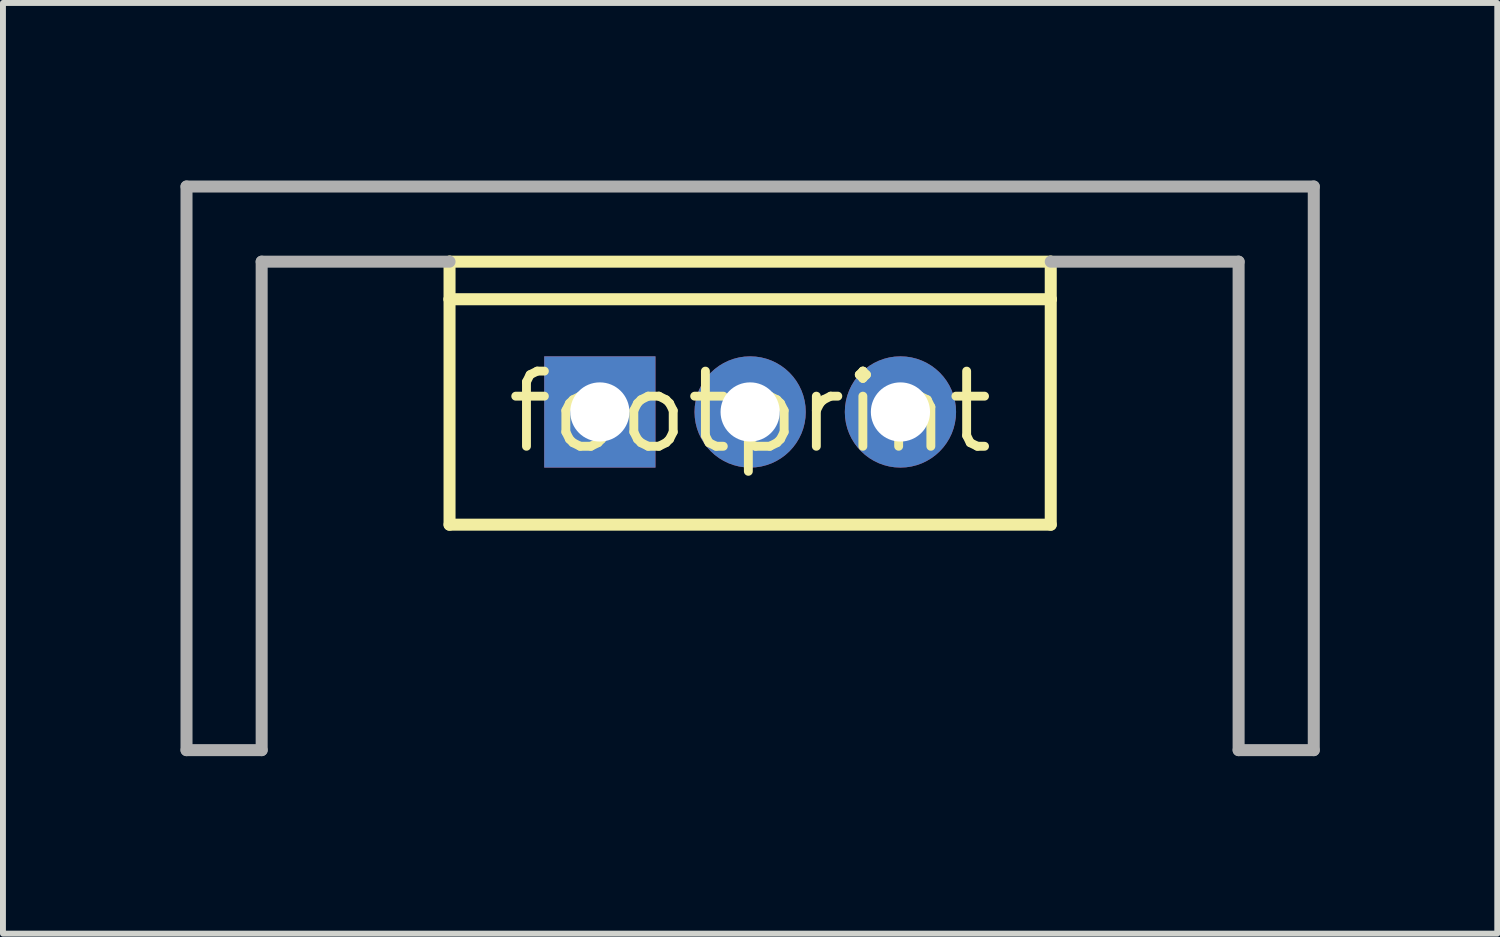
<source format=kicad_pcb>
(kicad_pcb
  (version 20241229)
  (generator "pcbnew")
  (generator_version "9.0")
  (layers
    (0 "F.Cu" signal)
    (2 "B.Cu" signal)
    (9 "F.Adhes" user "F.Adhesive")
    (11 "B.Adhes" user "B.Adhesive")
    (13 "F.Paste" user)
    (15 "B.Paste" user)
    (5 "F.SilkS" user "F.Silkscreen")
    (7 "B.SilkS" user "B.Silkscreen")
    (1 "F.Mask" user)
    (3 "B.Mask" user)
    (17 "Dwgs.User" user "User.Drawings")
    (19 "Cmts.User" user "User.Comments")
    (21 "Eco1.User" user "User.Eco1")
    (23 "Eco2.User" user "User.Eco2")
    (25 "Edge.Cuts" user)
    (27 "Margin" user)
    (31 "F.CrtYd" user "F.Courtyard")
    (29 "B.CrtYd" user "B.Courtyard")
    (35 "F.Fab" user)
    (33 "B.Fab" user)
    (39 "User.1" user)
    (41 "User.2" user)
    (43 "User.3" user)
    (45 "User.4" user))
  (footprint "footprint"
    (layer "F.Cu")
    (at 9.627 3.912)
    (property "Reference" "footprint" (at 0 0 0) (layer "F.SilkS") (effects (font (size 1.27 1.27) (thickness 0.15))))
    (fp_line (start -5.08 -2.54) (end 5.08 -2.54) (stroke (width 0.203) (type solid)) (layer "F.SilkS"))
    (fp_line (start -5.08 -1.905) (end -5.08 -2.54) (stroke (width 0.203) (type solid)) (layer "F.SilkS"))
    (fp_line (start -5.08 1.905) (end -5.08 -1.905) (stroke (width 0.203) (type solid)) (layer "F.SilkS"))
    (fp_line (start 5.08 -2.54) (end 5.08 -1.905) (stroke (width 0.203) (type solid)) (layer "F.SilkS"))
    (fp_line (start 5.08 -1.905) (end -5.08 -1.905) (stroke (width 0.203) (type solid)) (layer "F.SilkS"))
    (fp_line (start 5.08 -1.905) (end 5.08 1.905) (stroke (width 0.203) (type solid)) (layer "F.SilkS"))
    (fp_line (start 5.08 1.905) (end -5.08 1.905) (stroke (width 0.203) (type solid)) (layer "F.SilkS"))
    (fp_line (start -9.525 -3.81) (end -9.525 5.715) (stroke (width 0.203) (type solid)) (layer "F.Fab"))
    (fp_line (start -9.525 5.715) (end -8.255 5.715) (stroke (width 0.203) (type solid)) (layer "F.Fab"))
    (fp_line (start -8.255 -2.54) (end -5.08 -2.54) (stroke (width 0.203) (type solid)) (layer "F.Fab"))
    (fp_line (start -8.255 5.715) (end -8.255 -2.54) (stroke (width 0.203) (type solid)) (layer "F.Fab"))
    (fp_line (start 5.08 -2.54) (end 8.255 -2.54) (stroke (width 0.203) (type solid)) (layer "F.Fab"))
    (fp_line (start 8.255 -2.54) (end 8.255 5.715) (stroke (width 0.203) (type solid)) (layer "F.Fab"))
    (fp_line (start 8.255 5.715) (end 9.525 5.715) (stroke (width 0.203) (type solid)) (layer "F.Fab"))
    (fp_line (start 9.525 -3.81) (end -9.525 -3.81) (stroke (width 0.203) (type solid)) (layer "F.Fab"))
    (fp_line (start 9.525 5.715) (end 9.525 -3.81) (stroke (width 0.203) (type solid)) (layer "F.Fab"))
    (pad "ADJ" thru_hole rect (at -2.54 0) (size 1.88 1.88) (drill 1) (layers "*.Cu" "*.Mask"))
    (pad "IN" thru_hole circle (at 2.54 0) (size 1.88 1.88) (drill 1) (layers "*.Cu" "*.Mask"))
    (pad "OUT" thru_hole circle (at 0 0) (size 1.88 1.88) (drill 1) (layers "*.Cu" "*.Mask")))
  (gr_rect
    (start -3 -3)
    (end 22.253 12.728)
    (stroke (width 0.1) (type default))
    (fill no)
    (layer "Edge.Cuts")))
</source>
